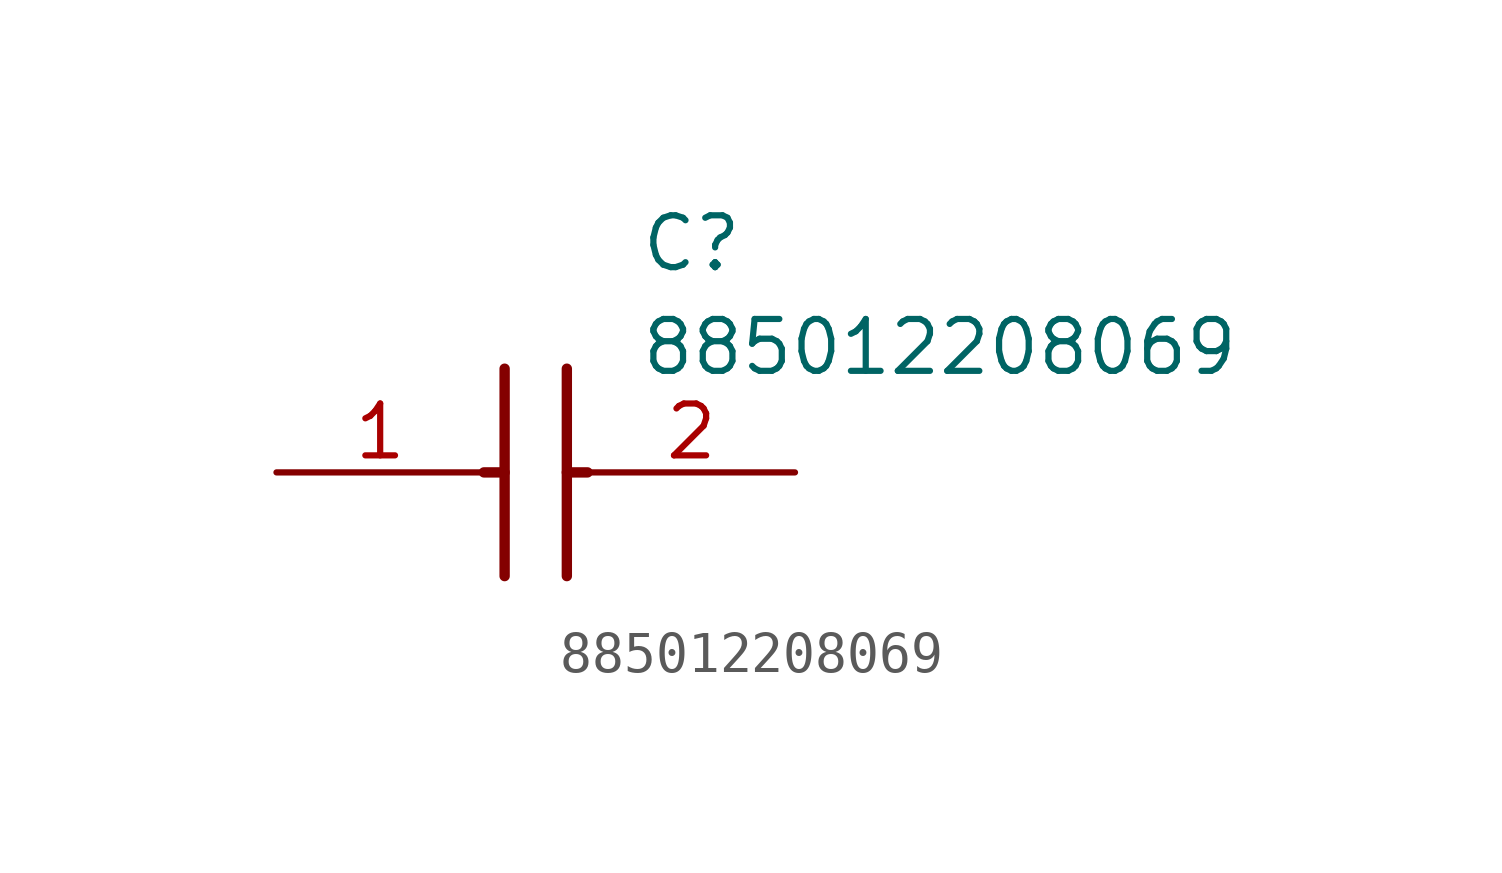
<source format=kicad_sym>
(kicad_symbol_lib
  (version 20211014)
  (generator SamacSys_ECAD_Model)
  (symbol "885012208069"
    (pin_names hide)
    (property "Reference" "C"
      (at 8.89 6.35 0)
      (effects (font (size 1.27 1.27)) (justify left top)))
    (property "Value" "885012208069"
      (at 8.89 3.81 0)
      (effects (font (size 1.27 1.27)) (justify left top)))
    (polyline
      (pts (xy 5.588 2.54) (xy 5.588 -2.54))
      (stroke (width 0.254) (type default))
      (fill (type none)))
    (polyline
      (pts (xy 7.112 2.54) (xy 7.112 -2.54))
      (stroke (width 0.254) (type default))
      (fill (type none)))
    (polyline
      (pts (xy 5.08 0) (xy 5.588 0))
      (stroke (width 0.254) (type default))
      (fill (type none)))
    (polyline
      (pts (xy 7.112 0) (xy 7.62 0))
      (stroke (width 0.254) (type default))
      (fill (type none)))
    (pin passive line
      (at 0 0 0)
      (length 5.08)
      (name "1" (effects (font (size 1.27 1.27))))
      (number "1" (effects (font (size 1.27 1.27)))))
    (pin passive line
      (at 12.7 0 180)
      (length 5.08)
      (name "2" (effects (font (size 1.27 1.27))))
      (number "2" (effects (font (size 1.27 1.27)))))))
</source>
